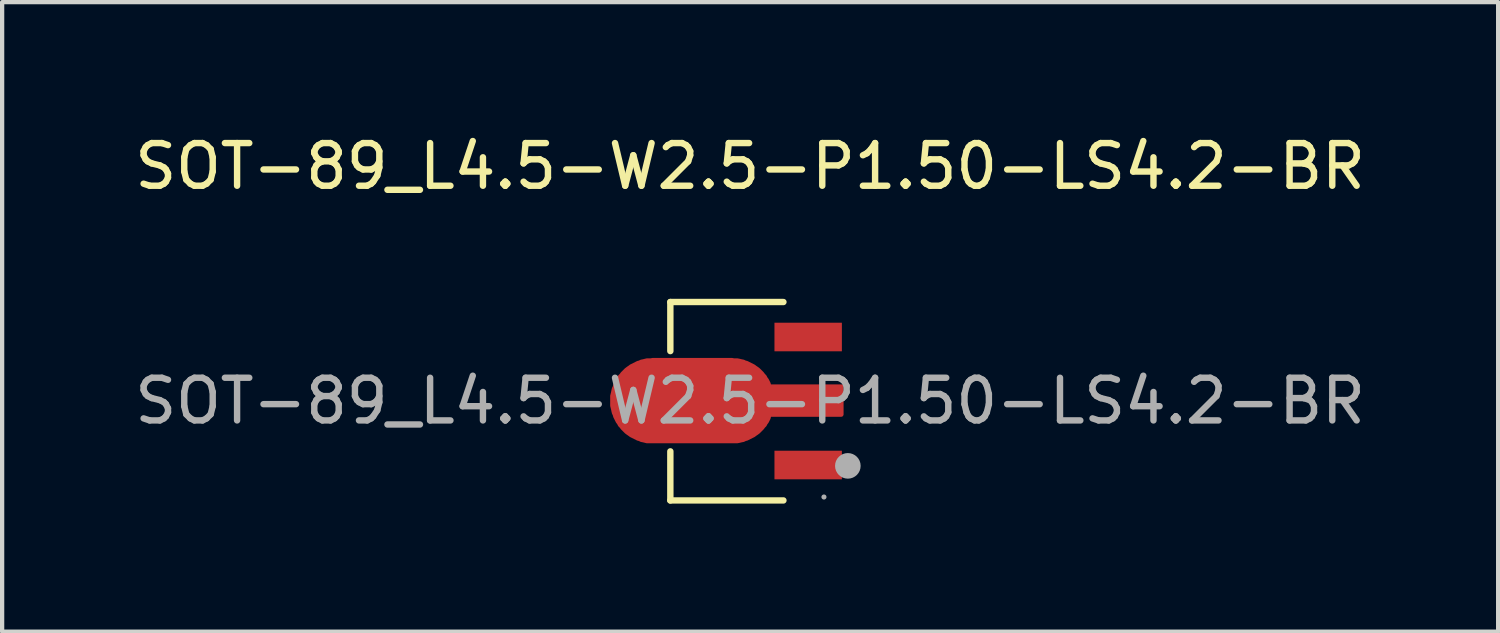
<source format=kicad_pcb>
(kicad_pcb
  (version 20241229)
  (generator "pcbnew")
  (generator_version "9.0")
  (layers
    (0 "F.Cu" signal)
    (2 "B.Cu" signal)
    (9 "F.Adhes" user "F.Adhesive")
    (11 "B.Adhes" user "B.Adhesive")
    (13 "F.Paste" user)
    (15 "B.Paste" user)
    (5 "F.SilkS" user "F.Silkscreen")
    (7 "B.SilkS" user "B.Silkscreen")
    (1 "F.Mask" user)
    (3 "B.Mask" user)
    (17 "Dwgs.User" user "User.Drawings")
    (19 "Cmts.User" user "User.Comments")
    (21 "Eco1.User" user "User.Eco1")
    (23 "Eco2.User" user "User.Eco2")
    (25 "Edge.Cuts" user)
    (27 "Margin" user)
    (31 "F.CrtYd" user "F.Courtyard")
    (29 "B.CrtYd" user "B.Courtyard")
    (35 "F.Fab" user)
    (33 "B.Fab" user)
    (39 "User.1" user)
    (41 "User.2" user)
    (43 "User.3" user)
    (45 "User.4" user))
  (footprint "SOT-89_L4.5-W2.5-P1.50-LS4.2-BR"
    (layer "F.Cu")
    (at 14.53 6.348)
    (property "Reference" "SOT-89_L4.5-W2.5-P1.50-LS4.2-BR" (at 0 -5.5 0) (layer "F.SilkS") (effects (font (size 1 1) (thickness 0.15))))
    (attr smd)
    (fp_line (start -1.87 -2.32) (end -1.87 -1.17) (stroke (width 0.15) (type solid)) (layer "F.SilkS"))
    (fp_line (start -1.87 2.33) (end -1.87 1.18) (stroke (width 0.15) (type solid)) (layer "F.SilkS"))
    (fp_line (start 0.78 -2.32) (end -1.87 -2.32) (stroke (width 0.15) (type solid)) (layer "F.SilkS"))
    (fp_line (start 0.78 2.33) (end -1.87 2.33) (stroke (width 0.15) (type solid)) (layer "F.SilkS"))
    (fp_circle (center 1.73 2.25) (end 1.76 2.25) (stroke (width 0.06) (type solid)) (fill no) (layer "F.Fab"))
    (fp_circle (center 2.29 1.52) (end 2.44 1.52) (stroke (width 0.3) (type solid)) (fill no) (layer "F.Fab"))
    (fp_text user "${REFERENCE}" (at 0 0 0) (layer "F.Fab") (effects (font (size 1 1) (thickness 0.15))))
    (pad "1" smd rect (at 1.36 1.5) (size 1.58 0.67) (layers "F.Cu" "F.Mask" "F.Paste"))
    (pad "2" smd custom (at -1.36 -0.01) (size 0.01 0.01) (layers "F.Cu" "F.Mask" "F.Paste") (options (anchor circle)) (primitives (gr_poly (pts (xy -0.92 -0.95) (xy 0.93 -0.95) (xy 0.98 -0.94) (xy 1.02 -0.94) (xy 1.06 -0.94) (xy 1.11 -0.93) (xy 1.15 -0.92) (xy 1.2 -0.91) (xy 1.24 -0.89) (xy 1.28 -0.88) (xy 1.32 -0.86) (xy 1.36 -0.84) (xy 1.4 -0.82) (xy 1.44 -0.8) (xy 1.48 -0.77) (xy 1.51 -0.75) (xy 1.55 -0.72) (xy 1.58 -0.69) (xy 1.61 -0.66) (xy 1.64 -0.63) (xy 1.67 -0.59) (xy 1.7 -0.56) (xy 1.72 -0.52) (xy 1.75 -0.48) (xy 1.77 -0.44) (xy 1.79 -0.4) (xy 1.81 -0.33) (xy 3.5 -0.33) (xy 3.5 0.33) (xy 1.81 0.33) (xy 1.79 0.41) (xy 1.77 0.45) (xy 1.75 0.49) (xy 1.72 0.53) (xy 1.7 0.57) (xy 1.67 0.6) (xy 1.64 0.64) (xy 1.61 0.67) (xy 1.58 0.7) (xy 1.55 0.73) (xy 1.51 0.76) (xy 1.48 0.78) (xy 1.44 0.81) (xy 1.4 0.83) (xy 1.36 0.85) (xy 1.32 0.87) (xy 1.28 0.89) (xy 1.24 0.9) (xy 1.2 0.92) (xy 1.15 0.93) (xy 1.11 0.94) (xy 1.06 0.95) (xy 1.02 0.95) (xy 0.98 0.95) (xy 0.93 0.95) (xy -0.92 0.95) (xy -0.97 0.95) (xy -1.01 0.95) (xy -1.06 0.95) (xy -1.1 0.94) (xy -1.14 0.93) (xy -1.19 0.92) (xy -1.23 0.9) (xy -1.27 0.89) (xy -1.31 0.87) (xy -1.35 0.85) (xy -1.39 0.83) (xy -1.43 0.81) (xy -1.47 0.78) (xy -1.5 0.76) (xy -1.54 0.73) (xy -1.57 0.7) (xy -1.6 0.67) (xy -1.63 0.64) (xy -1.66 0.6) (xy -1.69 0.57) (xy -1.71 0.53) (xy -1.74 0.49) (xy -1.76 0.45) (xy -1.78 0.41) (xy -1.8 0.37) (xy -1.81 0.33) (xy -1.83 0.29) (xy -1.84 0.25) (xy -1.85 0.2) (xy -1.86 0.16) (xy -1.87 0.12) (xy -1.87 0.07) (xy -1.87 0.03) (xy -1.87 -0.02) (xy -1.87 -0.06) (xy -1.87 -0.11) (xy -1.86 -0.15) (xy -1.85 -0.19) (xy -1.84 -0.24) (xy -1.83 -0.28) (xy -1.81 -0.32) (xy -1.8 -0.36) (xy -1.78 -0.4) (xy -1.76 -0.44) (xy -1.74 -0.48) (xy -1.71 -0.52) (xy -1.69 -0.56) (xy -1.66 -0.59) (xy -1.63 -0.63) (xy -1.6 -0.66) (xy -1.57 -0.69) (xy -1.54 -0.72) (xy -1.5 -0.75) (xy -1.47 -0.77) (xy -1.43 -0.8) (xy -1.39 -0.82) (xy -1.35 -0.84) (xy -1.31 -0.86) (xy -1.27 -0.88) (xy -1.23 -0.89) (xy -1.19 -0.91) (xy -1.14 -0.92) (xy -1.1 -0.93) (xy -1.06 -0.94) (xy -1.01 -0.94) (xy -0.97 -0.94) (xy -0.92 -0.95)) (width 0.1) (fill yes))))
    (pad "3" smd rect (at 1.36 -1.5) (size 1.58 0.67) (layers "F.Cu" "F.Mask" "F.Paste")))
  (gr_rect
    (start -3 -3)
    (end 32.06 11.753)
    (stroke (width 0.1) (type default))
    (fill no)
    (layer "Edge.Cuts")))
</source>
